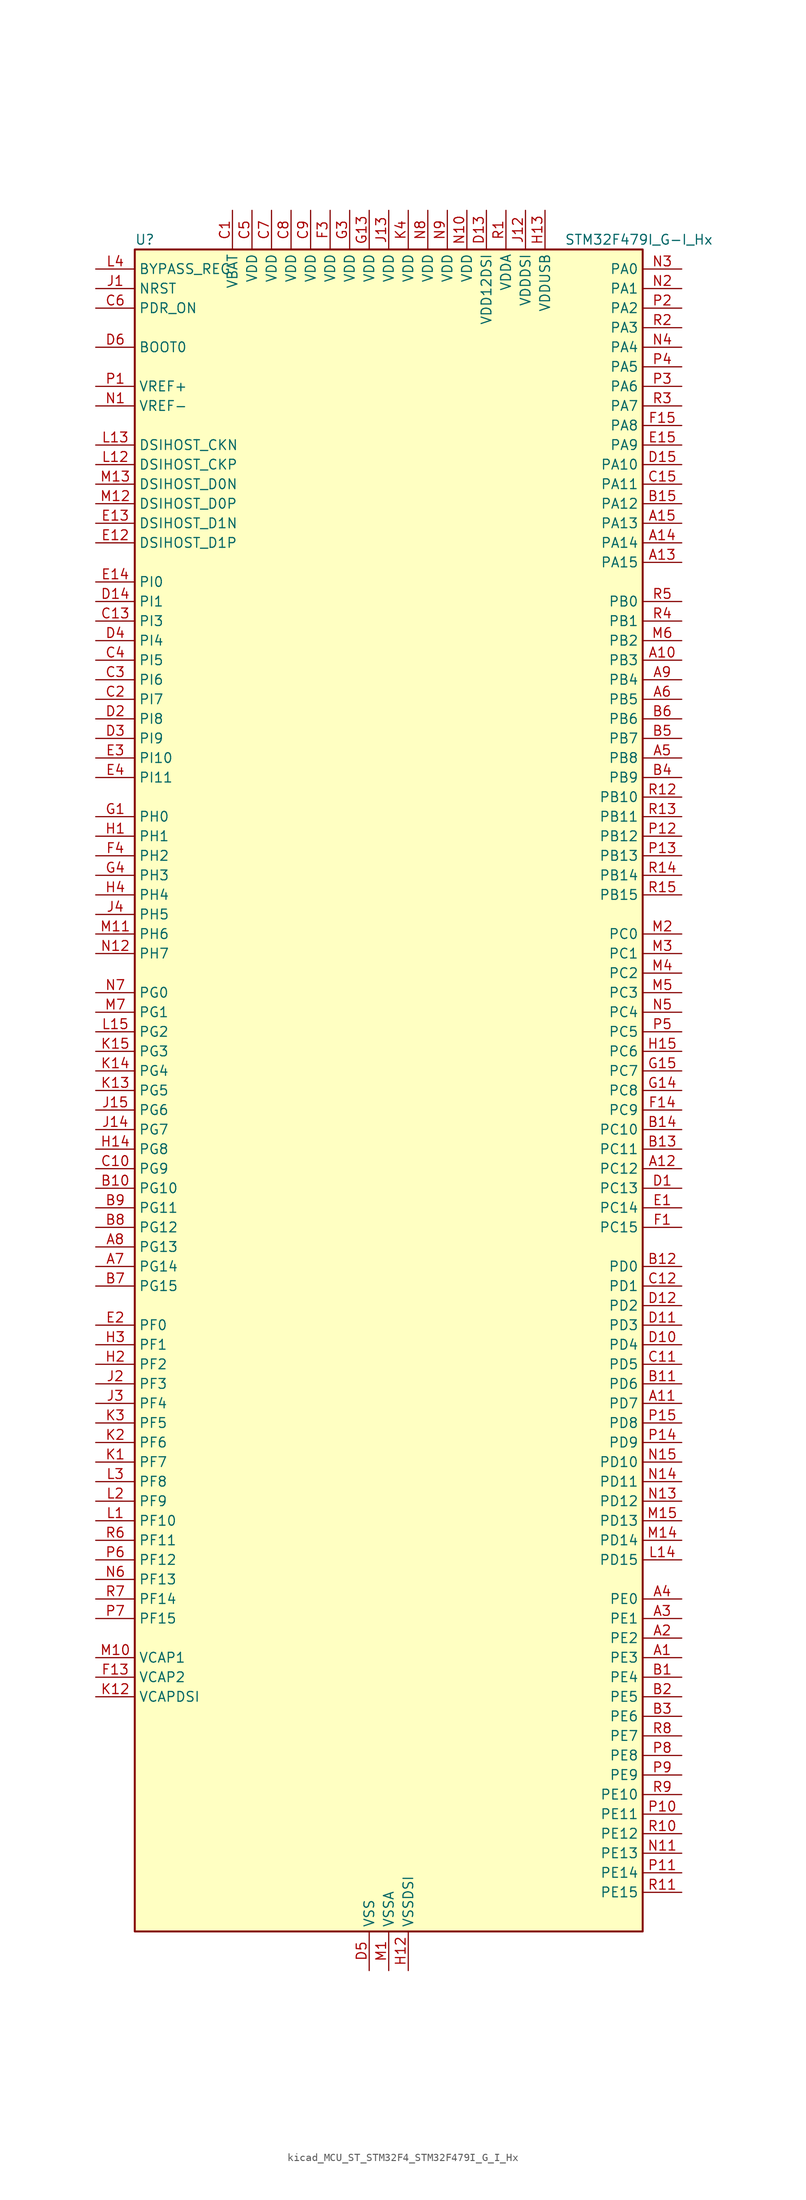
<source format=kicad_sym>
(kicad_symbol_lib
  (version 20220914)
  (generator kicad_symbol_editor)
  (symbol "kicad_MCU_ST_STM32F4_STM32F479I_G_I_Hx"
    (property "Reference" "U"
      (at -33.02 110.49 0)
      (effects (font (size 1.27 1.27)) (justify left)))
    (property "Value" "STM32F479I_G-I_Hx"
      (at 22.86 110.49 0)
      (effects (font (size 1.27 1.27)) (justify left)))
    (property "ki_locked" ""
      (at 0 0 0)
      (effects (font (size 1.27 1.27))))
    (symbol "kicad_MCU_ST_STM32F4_STM32F479I_G_I_Hx_0_1"
      (rectangle (start -33.02 -109.22) (end 33.02 109.22) (stroke (width 0.254) (type default)) (fill (type background))))
    (symbol "kicad_MCU_ST_STM32F4_STM32F479I_G_I_Hx_1_1"
      (pin bidirectional line (at 38.1 -73.66 180) (length 5.08) (name "PE3" (effects (font (size 1.27 1.27)))) (number "A1" (effects (font (size 1.27 1.27)))) (alternate "FMC_A19" bidirectional line) (alternate "SAI1_SD_B" bidirectional line) (alternate "SYS_TRACED0" bidirectional line))
      (pin bidirectional line (at 38.1 55.88 180) (length 5.08) (name "PB3" (effects (font (size 1.27 1.27)))) (number "A10" (effects (font (size 1.27 1.27)))) (alternate "I2S3_CK" bidirectional line) (alternate "SPI1_SCK" bidirectional line) (alternate "SPI3_SCK" bidirectional line) (alternate "SYS_JTDO-SWO" bidirectional line) (alternate "TIM2_CH2" bidirectional line))
      (pin bidirectional line (at 38.1 -40.64 180) (length 5.08) (name "PD7" (effects (font (size 1.27 1.27)))) (number "A11" (effects (font (size 1.27 1.27)))) (alternate "FMC_NE1" bidirectional line) (alternate "USART2_CK" bidirectional line))
      (pin bidirectional line (at 38.1 -10.16 180) (length 5.08) (name "PC12" (effects (font (size 1.27 1.27)))) (number "A12" (effects (font (size 1.27 1.27)))) (alternate "DCMI_D9" bidirectional line) (alternate "I2S3_SD" bidirectional line) (alternate "SDIO_CK" bidirectional line) (alternate "SPI3_MOSI" bidirectional line) (alternate "SYS_TRACED3" bidirectional line) (alternate "UART5_TX" bidirectional line) (alternate "USART3_CK" bidirectional line))
      (pin bidirectional line (at 38.1 68.58 180) (length 5.08) (name "PA15" (effects (font (size 1.27 1.27)))) (number "A13" (effects (font (size 1.27 1.27)))) (alternate "ADC1_EXTI15" bidirectional line) (alternate "ADC2_EXTI15" bidirectional line) (alternate "ADC3_EXTI15" bidirectional line) (alternate "I2S3_WS" bidirectional line) (alternate "SPI1_NSS" bidirectional line) (alternate "SPI3_NSS" bidirectional line) (alternate "SYS_JTDI" bidirectional line) (alternate "TIM2_CH1" bidirectional line) (alternate "TIM2_ETR" bidirectional line))
      (pin bidirectional line (at 38.1 71.12 180) (length 5.08) (name "PA14" (effects (font (size 1.27 1.27)))) (number "A14" (effects (font (size 1.27 1.27)))) (alternate "SYS_JTCK-SWCLK" bidirectional line))
      (pin bidirectional line (at 38.1 73.66 180) (length 5.08) (name "PA13" (effects (font (size 1.27 1.27)))) (number "A15" (effects (font (size 1.27 1.27)))) (alternate "SYS_JTMS-SWDIO" bidirectional line))
      (pin bidirectional line (at 38.1 -71.12 180) (length 5.08) (name "PE2" (effects (font (size 1.27 1.27)))) (number "A2" (effects (font (size 1.27 1.27)))) (alternate "ETH_TXD3" bidirectional line) (alternate "FMC_A23" bidirectional line) (alternate "QUADSPI_BK1_IO2" bidirectional line) (alternate "SAI1_MCLK_A" bidirectional line) (alternate "SPI4_SCK" bidirectional line) (alternate "SYS_TRACECLK" bidirectional line))
      (pin bidirectional line (at 38.1 -68.58 180) (length 5.08) (name "PE1" (effects (font (size 1.27 1.27)))) (number "A3" (effects (font (size 1.27 1.27)))) (alternate "DCMI_D3" bidirectional line) (alternate "FMC_NBL1" bidirectional line) (alternate "UART8_TX" bidirectional line))
      (pin bidirectional line (at 38.1 -66.04 180) (length 5.08) (name "PE0" (effects (font (size 1.27 1.27)))) (number "A4" (effects (font (size 1.27 1.27)))) (alternate "DCMI_D2" bidirectional line) (alternate "FMC_NBL0" bidirectional line) (alternate "TIM4_ETR" bidirectional line) (alternate "UART8_RX" bidirectional line))
      (pin bidirectional line (at 38.1 43.18 180) (length 5.08) (name "PB8" (effects (font (size 1.27 1.27)))) (number "A5" (effects (font (size 1.27 1.27)))) (alternate "CAN1_RX" bidirectional line) (alternate "DCMI_D6" bidirectional line) (alternate "ETH_TXD3" bidirectional line) (alternate "I2C1_SCL" bidirectional line) (alternate "LTDC_B6" bidirectional line) (alternate "SDIO_D4" bidirectional line) (alternate "TIM10_CH1" bidirectional line) (alternate "TIM4_CH3" bidirectional line))
      (pin bidirectional line (at 38.1 50.8 180) (length 5.08) (name "PB5" (effects (font (size 1.27 1.27)))) (number "A6" (effects (font (size 1.27 1.27)))) (alternate "CAN2_RX" bidirectional line) (alternate "DCMI_D10" bidirectional line) (alternate "ETH_PPS_OUT" bidirectional line) (alternate "FMC_SDCKE1" bidirectional line) (alternate "I2C1_SMBA" bidirectional line) (alternate "I2S3_SD" bidirectional line) (alternate "LTDC_G7" bidirectional line) (alternate "SPI1_MOSI" bidirectional line) (alternate "SPI3_MOSI" bidirectional line) (alternate "TIM3_CH2" bidirectional line) (alternate "USB_OTG_HS_ULPI_D7" bidirectional line))
      (pin bidirectional line (at -38.1 -22.86 0) (length 5.08) (name "PG14" (effects (font (size 1.27 1.27)))) (number "A7" (effects (font (size 1.27 1.27)))) (alternate "ETH_TXD1" bidirectional line) (alternate "FMC_A25" bidirectional line) (alternate "LTDC_B0" bidirectional line) (alternate "QUADSPI_BK2_IO3" bidirectional line) (alternate "SPI6_MOSI" bidirectional line) (alternate "SYS_TRACED1" bidirectional line) (alternate "USART6_TX" bidirectional line))
      (pin bidirectional line (at -38.1 -20.32 0) (length 5.08) (name "PG13" (effects (font (size 1.27 1.27)))) (number "A8" (effects (font (size 1.27 1.27)))) (alternate "ETH_TXD0" bidirectional line) (alternate "FMC_A24" bidirectional line) (alternate "LTDC_R0" bidirectional line) (alternate "SPI6_SCK" bidirectional line) (alternate "SYS_TRACED0" bidirectional line) (alternate "USART6_CTS" bidirectional line))
      (pin bidirectional line (at 38.1 53.34 180) (length 5.08) (name "PB4" (effects (font (size 1.27 1.27)))) (number "A9" (effects (font (size 1.27 1.27)))) (alternate "I2S3_ext_SD" bidirectional line) (alternate "SPI1_MISO" bidirectional line) (alternate "SPI3_MISO" bidirectional line) (alternate "SYS_JTRST" bidirectional line) (alternate "TIM3_CH1" bidirectional line))
      (pin bidirectional line (at 38.1 -76.2 180) (length 5.08) (name "PE4" (effects (font (size 1.27 1.27)))) (number "B1" (effects (font (size 1.27 1.27)))) (alternate "DCMI_D4" bidirectional line) (alternate "FMC_A20" bidirectional line) (alternate "LTDC_B0" bidirectional line) (alternate "SAI1_FS_A" bidirectional line) (alternate "SPI4_NSS" bidirectional line) (alternate "SYS_TRACED1" bidirectional line))
      (pin bidirectional line (at -38.1 -12.7 0) (length 5.08) (name "PG10" (effects (font (size 1.27 1.27)))) (number "B10" (effects (font (size 1.27 1.27)))) (alternate "DCMI_D2" bidirectional line) (alternate "FMC_NE3" bidirectional line) (alternate "LTDC_B2" bidirectional line) (alternate "LTDC_G3" bidirectional line))
      (pin bidirectional line (at 38.1 -38.1 180) (length 5.08) (name "PD6" (effects (font (size 1.27 1.27)))) (number "B11" (effects (font (size 1.27 1.27)))) (alternate "DCMI_D10" bidirectional line) (alternate "FMC_NWAIT" bidirectional line) (alternate "I2S3_SD" bidirectional line) (alternate "LTDC_B2" bidirectional line) (alternate "SAI1_SD_A" bidirectional line) (alternate "SPI3_MOSI" bidirectional line) (alternate "USART2_RX" bidirectional line))
      (pin bidirectional line (at 38.1 -22.86 180) (length 5.08) (name "PD0" (effects (font (size 1.27 1.27)))) (number "B12" (effects (font (size 1.27 1.27)))) (alternate "CAN1_RX" bidirectional line) (alternate "FMC_D2" bidirectional line) (alternate "FMC_DA2" bidirectional line))
      (pin bidirectional line (at 38.1 -7.62 180) (length 5.08) (name "PC11" (effects (font (size 1.27 1.27)))) (number "B13" (effects (font (size 1.27 1.27)))) (alternate "ADC1_EXTI11" bidirectional line) (alternate "ADC2_EXTI11" bidirectional line) (alternate "ADC3_EXTI11" bidirectional line) (alternate "DCMI_D4" bidirectional line) (alternate "I2S3_ext_SD" bidirectional line) (alternate "QUADSPI_BK2_NCS" bidirectional line) (alternate "SDIO_D3" bidirectional line) (alternate "SPI3_MISO" bidirectional line) (alternate "UART4_RX" bidirectional line) (alternate "USART3_RX" bidirectional line))
      (pin bidirectional line (at 38.1 -5.08 180) (length 5.08) (name "PC10" (effects (font (size 1.27 1.27)))) (number "B14" (effects (font (size 1.27 1.27)))) (alternate "DCMI_D8" bidirectional line) (alternate "I2S3_CK" bidirectional line) (alternate "LTDC_R2" bidirectional line) (alternate "QUADSPI_BK1_IO1" bidirectional line) (alternate "SDIO_D2" bidirectional line) (alternate "SPI3_SCK" bidirectional line) (alternate "UART4_TX" bidirectional line) (alternate "USART3_TX" bidirectional line))
      (pin bidirectional line (at 38.1 76.2 180) (length 5.08) (name "PA12" (effects (font (size 1.27 1.27)))) (number "B15" (effects (font (size 1.27 1.27)))) (alternate "CAN1_TX" bidirectional line) (alternate "LTDC_R5" bidirectional line) (alternate "TIM1_ETR" bidirectional line) (alternate "USART1_RTS" bidirectional line) (alternate "USB_OTG_FS_DP" bidirectional line))
      (pin bidirectional line (at 38.1 -78.74 180) (length 5.08) (name "PE5" (effects (font (size 1.27 1.27)))) (number "B2" (effects (font (size 1.27 1.27)))) (alternate "DCMI_D6" bidirectional line) (alternate "FMC_A21" bidirectional line) (alternate "LTDC_G0" bidirectional line) (alternate "SAI1_SCK_A" bidirectional line) (alternate "SPI4_MISO" bidirectional line) (alternate "SYS_TRACED2" bidirectional line) (alternate "TIM9_CH1" bidirectional line))
      (pin bidirectional line (at 38.1 -81.28 180) (length 5.08) (name "PE6" (effects (font (size 1.27 1.27)))) (number "B3" (effects (font (size 1.27 1.27)))) (alternate "DCMI_D7" bidirectional line) (alternate "FMC_A22" bidirectional line) (alternate "LTDC_G1" bidirectional line) (alternate "SAI1_SD_A" bidirectional line) (alternate "SPI4_MOSI" bidirectional line) (alternate "SYS_TRACED3" bidirectional line) (alternate "TIM9_CH2" bidirectional line))
      (pin bidirectional line (at 38.1 40.64 180) (length 5.08) (name "PB9" (effects (font (size 1.27 1.27)))) (number "B4" (effects (font (size 1.27 1.27)))) (alternate "CAN1_TX" bidirectional line) (alternate "DAC_EXTI9" bidirectional line) (alternate "DCMI_D7" bidirectional line) (alternate "I2C1_SDA" bidirectional line) (alternate "I2S2_WS" bidirectional line) (alternate "LTDC_B7" bidirectional line) (alternate "SDIO_D5" bidirectional line) (alternate "SPI2_NSS" bidirectional line) (alternate "TIM11_CH1" bidirectional line) (alternate "TIM4_CH4" bidirectional line))
      (pin bidirectional line (at 38.1 45.72 180) (length 5.08) (name "PB7" (effects (font (size 1.27 1.27)))) (number "B5" (effects (font (size 1.27 1.27)))) (alternate "DCMI_VSYNC" bidirectional line) (alternate "FMC_NL" bidirectional line) (alternate "I2C1_SDA" bidirectional line) (alternate "TIM4_CH2" bidirectional line) (alternate "USART1_RX" bidirectional line))
      (pin bidirectional line (at 38.1 48.26 180) (length 5.08) (name "PB6" (effects (font (size 1.27 1.27)))) (number "B6" (effects (font (size 1.27 1.27)))) (alternate "CAN2_TX" bidirectional line) (alternate "DCMI_D5" bidirectional line) (alternate "FMC_SDNE1" bidirectional line) (alternate "I2C1_SCL" bidirectional line) (alternate "QUADSPI_BK1_NCS" bidirectional line) (alternate "TIM4_CH1" bidirectional line) (alternate "USART1_TX" bidirectional line))
      (pin bidirectional line (at -38.1 -25.4 0) (length 5.08) (name "PG15" (effects (font (size 1.27 1.27)))) (number "B7" (effects (font (size 1.27 1.27)))) (alternate "ADC1_EXTI15" bidirectional line) (alternate "ADC2_EXTI15" bidirectional line) (alternate "ADC3_EXTI15" bidirectional line) (alternate "DCMI_D13" bidirectional line) (alternate "FMC_SDNCAS" bidirectional line) (alternate "USART6_CTS" bidirectional line))
      (pin bidirectional line (at -38.1 -17.78 0) (length 5.08) (name "PG12" (effects (font (size 1.27 1.27)))) (number "B8" (effects (font (size 1.27 1.27)))) (alternate "FMC_NE4" bidirectional line) (alternate "LTDC_B1" bidirectional line) (alternate "LTDC_B4" bidirectional line) (alternate "SPI6_MISO" bidirectional line) (alternate "USART6_RTS" bidirectional line))
      (pin bidirectional line (at -38.1 -15.24 0) (length 5.08) (name "PG11" (effects (font (size 1.27 1.27)))) (number "B9" (effects (font (size 1.27 1.27)))) (alternate "ADC1_EXTI11" bidirectional line) (alternate "ADC2_EXTI11" bidirectional line) (alternate "ADC3_EXTI11" bidirectional line) (alternate "DCMI_D3" bidirectional line) (alternate "ETH_TX_EN" bidirectional line) (alternate "LTDC_B3" bidirectional line))
      (pin power_in line (at -20.32 114.3 270) (length 5.08) (name "VBAT" (effects (font (size 1.27 1.27)))) (number "C1" (effects (font (size 1.27 1.27)))))
      (pin bidirectional line (at -38.1 -10.16 0) (length 5.08) (name "PG9" (effects (font (size 1.27 1.27)))) (number "C10" (effects (font (size 1.27 1.27)))) (alternate "DAC_EXTI9" bidirectional line) (alternate "DCMI_VSYNC" bidirectional line) (alternate "FMC_NCE" bidirectional line) (alternate "FMC_NE2" bidirectional line) (alternate "QUADSPI_BK2_IO2" bidirectional line) (alternate "USART6_RX" bidirectional line))
      (pin bidirectional line (at 38.1 -35.56 180) (length 5.08) (name "PD5" (effects (font (size 1.27 1.27)))) (number "C11" (effects (font (size 1.27 1.27)))) (alternate "FMC_NWE" bidirectional line) (alternate "USART2_TX" bidirectional line))
      (pin bidirectional line (at 38.1 -25.4 180) (length 5.08) (name "PD1" (effects (font (size 1.27 1.27)))) (number "C12" (effects (font (size 1.27 1.27)))) (alternate "CAN1_TX" bidirectional line) (alternate "FMC_D3" bidirectional line) (alternate "FMC_DA3" bidirectional line))
      (pin bidirectional line (at -38.1 60.96 0) (length 5.08) (name "PI3" (effects (font (size 1.27 1.27)))) (number "C13" (effects (font (size 1.27 1.27)))) (alternate "DCMI_D10" bidirectional line) (alternate "FMC_D27" bidirectional line) (alternate "I2S2_SD" bidirectional line) (alternate "SPI2_MOSI" bidirectional line) (alternate "TIM8_ETR" bidirectional line))
      (pin no_connect line (at -33.02 -109.22 0) (length 5.08) hide (name "NC" (effects (font (size 1.27 1.27)))) (number "C14" (effects (font (size 1.27 1.27)))))
      (pin bidirectional line (at 38.1 78.74 180) (length 5.08) (name "PA11" (effects (font (size 1.27 1.27)))) (number "C15" (effects (font (size 1.27 1.27)))) (alternate "ADC1_EXTI11" bidirectional line) (alternate "ADC2_EXTI11" bidirectional line) (alternate "ADC3_EXTI11" bidirectional line) (alternate "CAN1_RX" bidirectional line) (alternate "LTDC_R4" bidirectional line) (alternate "TIM1_CH4" bidirectional line) (alternate "USART1_CTS" bidirectional line) (alternate "USB_OTG_FS_DM" bidirectional line))
      (pin bidirectional line (at -38.1 50.8 0) (length 5.08) (name "PI7" (effects (font (size 1.27 1.27)))) (number "C2" (effects (font (size 1.27 1.27)))) (alternate "DCMI_D7" bidirectional line) (alternate "FMC_D29" bidirectional line) (alternate "LTDC_B7" bidirectional line) (alternate "TIM8_CH3" bidirectional line))
      (pin bidirectional line (at -38.1 53.34 0) (length 5.08) (name "PI6" (effects (font (size 1.27 1.27)))) (number "C3" (effects (font (size 1.27 1.27)))) (alternate "DCMI_D6" bidirectional line) (alternate "FMC_D28" bidirectional line) (alternate "LTDC_B6" bidirectional line) (alternate "TIM8_CH2" bidirectional line))
      (pin bidirectional line (at -38.1 55.88 0) (length 5.08) (name "PI5" (effects (font (size 1.27 1.27)))) (number "C4" (effects (font (size 1.27 1.27)))) (alternate "DCMI_VSYNC" bidirectional line) (alternate "FMC_NBL3" bidirectional line) (alternate "LTDC_B5" bidirectional line) (alternate "TIM8_CH1" bidirectional line))
      (pin power_in line (at -17.78 114.3 270) (length 5.08) (name "VDD" (effects (font (size 1.27 1.27)))) (number "C5" (effects (font (size 1.27 1.27)))))
      (pin input line (at -38.1 101.6 0) (length 5.08) (name "PDR_ON" (effects (font (size 1.27 1.27)))) (number "C6" (effects (font (size 1.27 1.27)))))
      (pin power_in line (at -15.24 114.3 270) (length 5.08) (name "VDD" (effects (font (size 1.27 1.27)))) (number "C7" (effects (font (size 1.27 1.27)))))
      (pin power_in line (at -12.7 114.3 270) (length 5.08) (name "VDD" (effects (font (size 1.27 1.27)))) (number "C8" (effects (font (size 1.27 1.27)))))
      (pin power_in line (at -10.16 114.3 270) (length 5.08) (name "VDD" (effects (font (size 1.27 1.27)))) (number "C9" (effects (font (size 1.27 1.27)))))
      (pin bidirectional line (at 38.1 -12.7 180) (length 5.08) (name "PC13" (effects (font (size 1.27 1.27)))) (number "D1" (effects (font (size 1.27 1.27)))) (alternate "RTC_AF1" bidirectional line))
      (pin bidirectional line (at 38.1 -33.02 180) (length 5.08) (name "PD4" (effects (font (size 1.27 1.27)))) (number "D10" (effects (font (size 1.27 1.27)))) (alternate "FMC_NOE" bidirectional line) (alternate "USART2_RTS" bidirectional line))
      (pin bidirectional line (at 38.1 -30.48 180) (length 5.08) (name "PD3" (effects (font (size 1.27 1.27)))) (number "D11" (effects (font (size 1.27 1.27)))) (alternate "DCMI_D5" bidirectional line) (alternate "FMC_CLK" bidirectional line) (alternate "I2S2_CK" bidirectional line) (alternate "LTDC_G7" bidirectional line) (alternate "SPI2_SCK" bidirectional line) (alternate "USART2_CTS" bidirectional line))
      (pin bidirectional line (at 38.1 -27.94 180) (length 5.08) (name "PD2" (effects (font (size 1.27 1.27)))) (number "D12" (effects (font (size 1.27 1.27)))) (alternate "DCMI_D11" bidirectional line) (alternate "SDIO_CMD" bidirectional line) (alternate "SYS_TRACED2" bidirectional line) (alternate "TIM3_ETR" bidirectional line) (alternate "UART5_RX" bidirectional line))
      (pin power_in line (at 12.7 114.3 270) (length 5.08) (name "VDD12DSI" (effects (font (size 1.27 1.27)))) (number "D13" (effects (font (size 1.27 1.27)))))
      (pin bidirectional line (at -38.1 63.5 0) (length 5.08) (name "PI1" (effects (font (size 1.27 1.27)))) (number "D14" (effects (font (size 1.27 1.27)))) (alternate "DCMI_D8" bidirectional line) (alternate "FMC_D25" bidirectional line) (alternate "I2S2_CK" bidirectional line) (alternate "LTDC_G6" bidirectional line) (alternate "SPI2_SCK" bidirectional line))
      (pin bidirectional line (at 38.1 81.28 180) (length 5.08) (name "PA10" (effects (font (size 1.27 1.27)))) (number "D15" (effects (font (size 1.27 1.27)))) (alternate "DCMI_D1" bidirectional line) (alternate "TIM1_CH3" bidirectional line) (alternate "USART1_RX" bidirectional line) (alternate "USB_OTG_FS_ID" bidirectional line))
      (pin bidirectional line (at -38.1 48.26 0) (length 5.08) (name "PI8" (effects (font (size 1.27 1.27)))) (number "D2" (effects (font (size 1.27 1.27)))) (alternate "RTC_AF1" bidirectional line) (alternate "RTC_AF2" bidirectional line))
      (pin bidirectional line (at -38.1 45.72 0) (length 5.08) (name "PI9" (effects (font (size 1.27 1.27)))) (number "D3" (effects (font (size 1.27 1.27)))) (alternate "CAN1_RX" bidirectional line) (alternate "DAC_EXTI9" bidirectional line) (alternate "FMC_D30" bidirectional line) (alternate "LTDC_VSYNC" bidirectional line))
      (pin bidirectional line (at -38.1 58.42 0) (length 5.08) (name "PI4" (effects (font (size 1.27 1.27)))) (number "D4" (effects (font (size 1.27 1.27)))) (alternate "DCMI_D5" bidirectional line) (alternate "FMC_NBL2" bidirectional line) (alternate "LTDC_B4" bidirectional line) (alternate "TIM8_BKIN" bidirectional line))
      (pin power_in line (at -2.54 -114.3 90) (length 5.08) (name "VSS" (effects (font (size 1.27 1.27)))) (number "D5" (effects (font (size 1.27 1.27)))))
      (pin input line (at -38.1 96.52 0) (length 5.08) (name "BOOT0" (effects (font (size 1.27 1.27)))) (number "D6" (effects (font (size 1.27 1.27)))))
      (pin passive line (at -2.54 -114.3 90) (length 5.08) hide (name "VSS" (effects (font (size 1.27 1.27)))) (number "D7" (effects (font (size 1.27 1.27)))))
      (pin passive line (at -2.54 -114.3 90) (length 5.08) hide (name "VSS" (effects (font (size 1.27 1.27)))) (number "D8" (effects (font (size 1.27 1.27)))))
      (pin passive line (at -2.54 -114.3 90) (length 5.08) hide (name "VSS" (effects (font (size 1.27 1.27)))) (number "D9" (effects (font (size 1.27 1.27)))))
      (pin bidirectional line (at 38.1 -15.24 180) (length 5.08) (name "PC14" (effects (font (size 1.27 1.27)))) (number "E1" (effects (font (size 1.27 1.27)))) (alternate "RCC_OSC32_IN" bidirectional line))
      (pin bidirectional line (at -38.1 71.12 0) (length 5.08) (name "DSIHOST_D1P" (effects (font (size 1.27 1.27)))) (number "E12" (effects (font (size 1.27 1.27)))) (alternate "DSIHOST_D1P" bidirectional line))
      (pin bidirectional line (at -38.1 73.66 0) (length 5.08) (name "DSIHOST_D1N" (effects (font (size 1.27 1.27)))) (number "E13" (effects (font (size 1.27 1.27)))) (alternate "DSIHOST_D1N" bidirectional line))
      (pin bidirectional line (at -38.1 66.04 0) (length 5.08) (name "PI0" (effects (font (size 1.27 1.27)))) (number "E14" (effects (font (size 1.27 1.27)))) (alternate "DCMI_D13" bidirectional line) (alternate "FMC_D24" bidirectional line) (alternate "I2S2_WS" bidirectional line) (alternate "LTDC_G5" bidirectional line) (alternate "SPI2_NSS" bidirectional line) (alternate "TIM5_CH4" bidirectional line))
      (pin bidirectional line (at 38.1 83.82 180) (length 5.08) (name "PA9" (effects (font (size 1.27 1.27)))) (number "E15" (effects (font (size 1.27 1.27)))) (alternate "DAC_EXTI9" bidirectional line) (alternate "DCMI_D0" bidirectional line) (alternate "I2C3_SMBA" bidirectional line) (alternate "I2S2_CK" bidirectional line) (alternate "SPI2_SCK" bidirectional line) (alternate "TIM1_CH2" bidirectional line) (alternate "USART1_TX" bidirectional line) (alternate "USB_OTG_FS_VBUS" bidirectional line))
      (pin bidirectional line (at -38.1 -30.48 0) (length 5.08) (name "PF0" (effects (font (size 1.27 1.27)))) (number "E2" (effects (font (size 1.27 1.27)))) (alternate "FMC_A0" bidirectional line) (alternate "I2C2_SDA" bidirectional line))
      (pin bidirectional line (at -38.1 43.18 0) (length 5.08) (name "PI10" (effects (font (size 1.27 1.27)))) (number "E3" (effects (font (size 1.27 1.27)))) (alternate "ETH_RX_ER" bidirectional line) (alternate "FMC_D31" bidirectional line) (alternate "LTDC_HSYNC" bidirectional line))
      (pin bidirectional line (at -38.1 40.64 0) (length 5.08) (name "PI11" (effects (font (size 1.27 1.27)))) (number "E4" (effects (font (size 1.27 1.27)))) (alternate "ADC1_EXTI11" bidirectional line) (alternate "ADC2_EXTI11" bidirectional line) (alternate "ADC3_EXTI11" bidirectional line) (alternate "LTDC_G6" bidirectional line) (alternate "USB_OTG_HS_ULPI_DIR" bidirectional line))
      (pin bidirectional line (at 38.1 -17.78 180) (length 5.08) (name "PC15" (effects (font (size 1.27 1.27)))) (number "F1" (effects (font (size 1.27 1.27)))) (alternate "ADC1_EXTI15" bidirectional line) (alternate "ADC2_EXTI15" bidirectional line) (alternate "ADC3_EXTI15" bidirectional line) (alternate "RCC_OSC32_OUT" bidirectional line))
      (pin passive line (at -2.54 -114.3 90) (length 5.08) hide (name "VSS" (effects (font (size 1.27 1.27)))) (number "F10" (effects (font (size 1.27 1.27)))))
      (pin passive line (at -2.54 -114.3 90) (length 5.08) hide (name "VSS" (effects (font (size 1.27 1.27)))) (number "F12" (effects (font (size 1.27 1.27)))))
      (pin power_out line (at -38.1 -76.2 0) (length 5.08) (name "VCAP2" (effects (font (size 1.27 1.27)))) (number "F13" (effects (font (size 1.27 1.27)))))
      (pin bidirectional line (at 38.1 -2.54 180) (length 5.08) (name "PC9" (effects (font (size 1.27 1.27)))) (number "F14" (effects (font (size 1.27 1.27)))) (alternate "DAC_EXTI9" bidirectional line) (alternate "DCMI_D3" bidirectional line) (alternate "I2C3_SDA" bidirectional line) (alternate "I2S_CKIN" bidirectional line) (alternate "QUADSPI_BK1_IO0" bidirectional line) (alternate "RCC_MCO_2" bidirectional line) (alternate "SDIO_D1" bidirectional line) (alternate "TIM3_CH4" bidirectional line) (alternate "TIM8_CH4" bidirectional line))
      (pin bidirectional line (at 38.1 86.36 180) (length 5.08) (name "PA8" (effects (font (size 1.27 1.27)))) (number "F15" (effects (font (size 1.27 1.27)))) (alternate "I2C3_SCL" bidirectional line) (alternate "LTDC_R6" bidirectional line) (alternate "RCC_MCO_1" bidirectional line) (alternate "TIM1_CH1" bidirectional line) (alternate "USART1_CK" bidirectional line) (alternate "USB_OTG_FS_SOF" bidirectional line))
      (pin passive line (at -2.54 -114.3 90) (length 5.08) hide (name "VSS" (effects (font (size 1.27 1.27)))) (number "F2" (effects (font (size 1.27 1.27)))))
      (pin power_in line (at -7.62 114.3 270) (length 5.08) (name "VDD" (effects (font (size 1.27 1.27)))) (number "F3" (effects (font (size 1.27 1.27)))))
      (pin bidirectional line (at -38.1 30.48 0) (length 5.08) (name "PH2" (effects (font (size 1.27 1.27)))) (number "F4" (effects (font (size 1.27 1.27)))) (alternate "ETH_CRS" bidirectional line) (alternate "FMC_SDCKE0" bidirectional line) (alternate "LTDC_R0" bidirectional line) (alternate "QUADSPI_BK2_IO0" bidirectional line))
      (pin passive line (at -2.54 -114.3 90) (length 5.08) hide (name "VSS" (effects (font (size 1.27 1.27)))) (number "F6" (effects (font (size 1.27 1.27)))))
      (pin passive line (at -2.54 -114.3 90) (length 5.08) hide (name "VSS" (effects (font (size 1.27 1.27)))) (number "F7" (effects (font (size 1.27 1.27)))))
      (pin passive line (at -2.54 -114.3 90) (length 5.08) hide (name "VSS" (effects (font (size 1.27 1.27)))) (number "F8" (effects (font (size 1.27 1.27)))))
      (pin passive line (at -2.54 -114.3 90) (length 5.08) hide (name "VSS" (effects (font (size 1.27 1.27)))) (number "F9" (effects (font (size 1.27 1.27)))))
      (pin bidirectional line (at -38.1 35.56 0) (length 5.08) (name "PH0" (effects (font (size 1.27 1.27)))) (number "G1" (effects (font (size 1.27 1.27)))) (alternate "RCC_OSC_IN" bidirectional line))
      (pin passive line (at -2.54 -114.3 90) (length 5.08) hide (name "VSS" (effects (font (size 1.27 1.27)))) (number "G10" (effects (font (size 1.27 1.27)))))
      (pin passive line (at -2.54 -114.3 90) (length 5.08) hide (name "VSS" (effects (font (size 1.27 1.27)))) (number "G12" (effects (font (size 1.27 1.27)))))
      (pin power_in line (at -2.54 114.3 270) (length 5.08) (name "VDD" (effects (font (size 1.27 1.27)))) (number "G13" (effects (font (size 1.27 1.27)))))
      (pin bidirectional line (at 38.1 0 180) (length 5.08) (name "PC8" (effects (font (size 1.27 1.27)))) (number "G14" (effects (font (size 1.27 1.27)))) (alternate "DCMI_D2" bidirectional line) (alternate "SDIO_D0" bidirectional line) (alternate "SYS_TRACED1" bidirectional line) (alternate "TIM3_CH3" bidirectional line) (alternate "TIM8_CH3" bidirectional line) (alternate "USART6_CK" bidirectional line))
      (pin bidirectional line (at 38.1 2.54 180) (length 5.08) (name "PC7" (effects (font (size 1.27 1.27)))) (number "G15" (effects (font (size 1.27 1.27)))) (alternate "DCMI_D1" bidirectional line) (alternate "I2S3_MCK" bidirectional line) (alternate "LTDC_G6" bidirectional line) (alternate "SDIO_D7" bidirectional line) (alternate "TIM3_CH2" bidirectional line) (alternate "TIM8_CH2" bidirectional line) (alternate "USART6_RX" bidirectional line))
      (pin passive line (at -2.54 -114.3 90) (length 5.08) hide (name "VSS" (effects (font (size 1.27 1.27)))) (number "G2" (effects (font (size 1.27 1.27)))))
      (pin power_in line (at -5.08 114.3 270) (length 5.08) (name "VDD" (effects (font (size 1.27 1.27)))) (number "G3" (effects (font (size 1.27 1.27)))))
      (pin bidirectional line (at -38.1 27.94 0) (length 5.08) (name "PH3" (effects (font (size 1.27 1.27)))) (number "G4" (effects (font (size 1.27 1.27)))) (alternate "ETH_COL" bidirectional line) (alternate "FMC_SDNE0" bidirectional line) (alternate "LTDC_R1" bidirectional line) (alternate "QUADSPI_BK2_IO1" bidirectional line))
      (pin passive line (at -2.54 -114.3 90) (length 5.08) hide (name "VSS" (effects (font (size 1.27 1.27)))) (number "G6" (effects (font (size 1.27 1.27)))))
      (pin passive line (at -2.54 -114.3 90) (length 5.08) hide (name "VSS" (effects (font (size 1.27 1.27)))) (number "G7" (effects (font (size 1.27 1.27)))))
      (pin passive line (at -2.54 -114.3 90) (length 5.08) hide (name "VSS" (effects (font (size 1.27 1.27)))) (number "G8" (effects (font (size 1.27 1.27)))))
      (pin passive line (at -2.54 -114.3 90) (length 5.08) hide (name "VSS" (effects (font (size 1.27 1.27)))) (number "G9" (effects (font (size 1.27 1.27)))))
      (pin bidirectional line (at -38.1 33.02 0) (length 5.08) (name "PH1" (effects (font (size 1.27 1.27)))) (number "H1" (effects (font (size 1.27 1.27)))) (alternate "RCC_OSC_OUT" bidirectional line))
      (pin passive line (at -2.54 -114.3 90) (length 5.08) hide (name "VSS" (effects (font (size 1.27 1.27)))) (number "H10" (effects (font (size 1.27 1.27)))))
      (pin power_in line (at 2.54 -114.3 90) (length 5.08) (name "VSSDSI" (effects (font (size 1.27 1.27)))) (number "H12" (effects (font (size 1.27 1.27)))))
      (pin power_in line (at 20.32 114.3 270) (length 5.08) (name "VDDUSB" (effects (font (size 1.27 1.27)))) (number "H13" (effects (font (size 1.27 1.27)))))
      (pin bidirectional line (at -38.1 -7.62 0) (length 5.08) (name "PG8" (effects (font (size 1.27 1.27)))) (number "H14" (effects (font (size 1.27 1.27)))) (alternate "ETH_PPS_OUT" bidirectional line) (alternate "FMC_SDCLK" bidirectional line) (alternate "LTDC_G7" bidirectional line) (alternate "SPI6_NSS" bidirectional line) (alternate "USART6_RTS" bidirectional line))
      (pin bidirectional line (at 38.1 5.08 180) (length 5.08) (name "PC6" (effects (font (size 1.27 1.27)))) (number "H15" (effects (font (size 1.27 1.27)))) (alternate "DCMI_D0" bidirectional line) (alternate "I2S2_MCK" bidirectional line) (alternate "LTDC_HSYNC" bidirectional line) (alternate "SDIO_D6" bidirectional line) (alternate "TIM3_CH1" bidirectional line) (alternate "TIM8_CH1" bidirectional line) (alternate "USART6_TX" bidirectional line))
      (pin bidirectional line (at -38.1 -35.56 0) (length 5.08) (name "PF2" (effects (font (size 1.27 1.27)))) (number "H2" (effects (font (size 1.27 1.27)))) (alternate "FMC_A2" bidirectional line) (alternate "I2C2_SMBA" bidirectional line))
      (pin bidirectional line (at -38.1 -33.02 0) (length 5.08) (name "PF1" (effects (font (size 1.27 1.27)))) (number "H3" (effects (font (size 1.27 1.27)))) (alternate "FMC_A1" bidirectional line) (alternate "I2C2_SCL" bidirectional line))
      (pin bidirectional line (at -38.1 25.4 0) (length 5.08) (name "PH4" (effects (font (size 1.27 1.27)))) (number "H4" (effects (font (size 1.27 1.27)))) (alternate "I2C2_SCL" bidirectional line) (alternate "LTDC_G4" bidirectional line) (alternate "LTDC_G5" bidirectional line) (alternate "USB_OTG_HS_ULPI_NXT" bidirectional line))
      (pin passive line (at -2.54 -114.3 90) (length 5.08) hide (name "VSS" (effects (font (size 1.27 1.27)))) (number "H6" (effects (font (size 1.27 1.27)))))
      (pin passive line (at -2.54 -114.3 90) (length 5.08) hide (name "VSS" (effects (font (size 1.27 1.27)))) (number "H7" (effects (font (size 1.27 1.27)))))
      (pin passive line (at -2.54 -114.3 90) (length 5.08) hide (name "VSS" (effects (font (size 1.27 1.27)))) (number "H8" (effects (font (size 1.27 1.27)))))
      (pin passive line (at -2.54 -114.3 90) (length 5.08) hide (name "VSS" (effects (font (size 1.27 1.27)))) (number "H9" (effects (font (size 1.27 1.27)))))
      (pin input line (at -38.1 104.14 0) (length 5.08) (name "NRST" (effects (font (size 1.27 1.27)))) (number "J1" (effects (font (size 1.27 1.27)))))
      (pin passive line (at -2.54 -114.3 90) (length 5.08) hide (name "VSS" (effects (font (size 1.27 1.27)))) (number "J10" (effects (font (size 1.27 1.27)))))
      (pin power_in line (at 17.78 114.3 270) (length 5.08) (name "VDDDSI" (effects (font (size 1.27 1.27)))) (number "J12" (effects (font (size 1.27 1.27)))))
      (pin power_in line (at 0 114.3 270) (length 5.08) (name "VDD" (effects (font (size 1.27 1.27)))) (number "J13" (effects (font (size 1.27 1.27)))))
      (pin bidirectional line (at -38.1 -5.08 0) (length 5.08) (name "PG7" (effects (font (size 1.27 1.27)))) (number "J14" (effects (font (size 1.27 1.27)))) (alternate "DCMI_D13" bidirectional line) (alternate "FMC_INT" bidirectional line) (alternate "LTDC_CLK" bidirectional line) (alternate "SAI1_MCLK_A" bidirectional line) (alternate "USART6_CK" bidirectional line))
      (pin bidirectional line (at -38.1 -2.54 0) (length 5.08) (name "PG6" (effects (font (size 1.27 1.27)))) (number "J15" (effects (font (size 1.27 1.27)))) (alternate "DCMI_D12" bidirectional line) (alternate "LTDC_R7" bidirectional line))
      (pin bidirectional line (at -38.1 -38.1 0) (length 5.08) (name "PF3" (effects (font (size 1.27 1.27)))) (number "J2" (effects (font (size 1.27 1.27)))) (alternate "ADC3_IN9" bidirectional line) (alternate "FMC_A3" bidirectional line))
      (pin bidirectional line (at -38.1 -40.64 0) (length 5.08) (name "PF4" (effects (font (size 1.27 1.27)))) (number "J3" (effects (font (size 1.27 1.27)))) (alternate "ADC3_IN14" bidirectional line) (alternate "FMC_A4" bidirectional line))
      (pin bidirectional line (at -38.1 22.86 0) (length 5.08) (name "PH5" (effects (font (size 1.27 1.27)))) (number "J4" (effects (font (size 1.27 1.27)))) (alternate "FMC_SDNWE" bidirectional line) (alternate "I2C2_SDA" bidirectional line) (alternate "SPI5_NSS" bidirectional line))
      (pin passive line (at -2.54 -114.3 90) (length 5.08) hide (name "VSS" (effects (font (size 1.27 1.27)))) (number "J6" (effects (font (size 1.27 1.27)))))
      (pin passive line (at -2.54 -114.3 90) (length 5.08) hide (name "VSS" (effects (font (size 1.27 1.27)))) (number "J7" (effects (font (size 1.27 1.27)))))
      (pin passive line (at -2.54 -114.3 90) (length 5.08) hide (name "VSS" (effects (font (size 1.27 1.27)))) (number "J8" (effects (font (size 1.27 1.27)))))
      (pin passive line (at -2.54 -114.3 90) (length 5.08) hide (name "VSS" (effects (font (size 1.27 1.27)))) (number "J9" (effects (font (size 1.27 1.27)))))
      (pin bidirectional line (at -38.1 -48.26 0) (length 5.08) (name "PF7" (effects (font (size 1.27 1.27)))) (number "K1" (effects (font (size 1.27 1.27)))) (alternate "ADC3_IN5" bidirectional line) (alternate "QUADSPI_BK1_IO2" bidirectional line) (alternate "SAI1_MCLK_B" bidirectional line) (alternate "SPI5_SCK" bidirectional line) (alternate "TIM11_CH1" bidirectional line) (alternate "UART7_TX" bidirectional line))
      (pin passive line (at -2.54 -114.3 90) (length 5.08) hide (name "VSS" (effects (font (size 1.27 1.27)))) (number "K10" (effects (font (size 1.27 1.27)))))
      (pin power_out line (at -38.1 -78.74 0) (length 5.08) (name "VCAPDSI" (effects (font (size 1.27 1.27)))) (number "K12" (effects (font (size 1.27 1.27)))))
      (pin bidirectional line (at -38.1 0 0) (length 5.08) (name "PG5" (effects (font (size 1.27 1.27)))) (number "K13" (effects (font (size 1.27 1.27)))) (alternate "FMC_A15" bidirectional line) (alternate "FMC_BA1" bidirectional line))
      (pin bidirectional line (at -38.1 2.54 0) (length 5.08) (name "PG4" (effects (font (size 1.27 1.27)))) (number "K14" (effects (font (size 1.27 1.27)))) (alternate "FMC_A14" bidirectional line) (alternate "FMC_BA0" bidirectional line))
      (pin bidirectional line (at -38.1 5.08 0) (length 5.08) (name "PG3" (effects (font (size 1.27 1.27)))) (number "K15" (effects (font (size 1.27 1.27)))) (alternate "FMC_A13" bidirectional line))
      (pin bidirectional line (at -38.1 -45.72 0) (length 5.08) (name "PF6" (effects (font (size 1.27 1.27)))) (number "K2" (effects (font (size 1.27 1.27)))) (alternate "ADC3_IN4" bidirectional line) (alternate "QUADSPI_BK1_IO3" bidirectional line) (alternate "SAI1_SD_B" bidirectional line) (alternate "SPI5_NSS" bidirectional line) (alternate "TIM10_CH1" bidirectional line) (alternate "UART7_RX" bidirectional line))
      (pin bidirectional line (at -38.1 -43.18 0) (length 5.08) (name "PF5" (effects (font (size 1.27 1.27)))) (number "K3" (effects (font (size 1.27 1.27)))) (alternate "ADC3_IN15" bidirectional line) (alternate "FMC_A5" bidirectional line))
      (pin power_in line (at 2.54 114.3 270) (length 5.08) (name "VDD" (effects (font (size 1.27 1.27)))) (number "K4" (effects (font (size 1.27 1.27)))))
      (pin passive line (at -2.54 -114.3 90) (length 5.08) hide (name "VSS" (effects (font (size 1.27 1.27)))) (number "K6" (effects (font (size 1.27 1.27)))))
      (pin passive line (at -2.54 -114.3 90) (length 5.08) hide (name "VSS" (effects (font (size 1.27 1.27)))) (number "K7" (effects (font (size 1.27 1.27)))))
      (pin passive line (at -2.54 -114.3 90) (length 5.08) hide (name "VSS" (effects (font (size 1.27 1.27)))) (number "K8" (effects (font (size 1.27 1.27)))))
      (pin passive line (at -2.54 -114.3 90) (length 5.08) hide (name "VSS" (effects (font (size 1.27 1.27)))) (number "K9" (effects (font (size 1.27 1.27)))))
      (pin bidirectional line (at -38.1 -55.88 0) (length 5.08) (name "PF10" (effects (font (size 1.27 1.27)))) (number "L1" (effects (font (size 1.27 1.27)))) (alternate "ADC3_IN8" bidirectional line) (alternate "DCMI_D11" bidirectional line) (alternate "LTDC_DE" bidirectional line) (alternate "QUADSPI_CLK" bidirectional line))
      (pin bidirectional line (at -38.1 81.28 0) (length 5.08) (name "DSIHOST_CKP" (effects (font (size 1.27 1.27)))) (number "L12" (effects (font (size 1.27 1.27)))) (alternate "DSIHOST_CKP" bidirectional line))
      (pin bidirectional line (at -38.1 83.82 0) (length 5.08) (name "DSIHOST_CKN" (effects (font (size 1.27 1.27)))) (number "L13" (effects (font (size 1.27 1.27)))) (alternate "DSIHOST_CKN" bidirectional line))
      (pin bidirectional line (at 38.1 -60.96 180) (length 5.08) (name "PD15" (effects (font (size 1.27 1.27)))) (number "L14" (effects (font (size 1.27 1.27)))) (alternate "ADC1_EXTI15" bidirectional line) (alternate "ADC2_EXTI15" bidirectional line) (alternate "ADC3_EXTI15" bidirectional line) (alternate "FMC_D1" bidirectional line) (alternate "FMC_DA1" bidirectional line) (alternate "TIM4_CH4" bidirectional line))
      (pin bidirectional line (at -38.1 7.62 0) (length 5.08) (name "PG2" (effects (font (size 1.27 1.27)))) (number "L15" (effects (font (size 1.27 1.27)))) (alternate "FMC_A12" bidirectional line))
      (pin bidirectional line (at -38.1 -53.34 0) (length 5.08) (name "PF9" (effects (font (size 1.27 1.27)))) (number "L2" (effects (font (size 1.27 1.27)))) (alternate "ADC3_IN7" bidirectional line) (alternate "DAC_EXTI9" bidirectional line) (alternate "QUADSPI_BK1_IO1" bidirectional line) (alternate "SAI1_FS_B" bidirectional line) (alternate "SPI5_MOSI" bidirectional line) (alternate "TIM14_CH1" bidirectional line))
      (pin bidirectional line (at -38.1 -50.8 0) (length 5.08) (name "PF8" (effects (font (size 1.27 1.27)))) (number "L3" (effects (font (size 1.27 1.27)))) (alternate "ADC3_IN6" bidirectional line) (alternate "QUADSPI_BK1_IO0" bidirectional line) (alternate "SAI1_SCK_B" bidirectional line) (alternate "SPI5_MISO" bidirectional line) (alternate "TIM13_CH1" bidirectional line))
      (pin input line (at -38.1 106.68 0) (length 5.08) (name "BYPASS_REG" (effects (font (size 1.27 1.27)))) (number "L4" (effects (font (size 1.27 1.27)))))
      (pin power_in line (at 0 -114.3 90) (length 5.08) (name "VSSA" (effects (font (size 1.27 1.27)))) (number "M1" (effects (font (size 1.27 1.27)))))
      (pin power_out line (at -38.1 -73.66 0) (length 5.08) (name "VCAP1" (effects (font (size 1.27 1.27)))) (number "M10" (effects (font (size 1.27 1.27)))))
      (pin bidirectional line (at -38.1 20.32 0) (length 5.08) (name "PH6" (effects (font (size 1.27 1.27)))) (number "M11" (effects (font (size 1.27 1.27)))) (alternate "DCMI_D8" bidirectional line) (alternate "ETH_RXD2" bidirectional line) (alternate "FMC_SDNE1" bidirectional line) (alternate "I2C2_SMBA" bidirectional line) (alternate "SPI5_SCK" bidirectional line) (alternate "TIM12_CH1" bidirectional line))
      (pin bidirectional line (at -38.1 76.2 0) (length 5.08) (name "DSIHOST_D0P" (effects (font (size 1.27 1.27)))) (number "M12" (effects (font (size 1.27 1.27)))) (alternate "DSIHOST_D0P" bidirectional line))
      (pin bidirectional line (at -38.1 78.74 0) (length 5.08) (name "DSIHOST_D0N" (effects (font (size 1.27 1.27)))) (number "M13" (effects (font (size 1.27 1.27)))) (alternate "DSIHOST_D0N" bidirectional line))
      (pin bidirectional line (at 38.1 -58.42 180) (length 5.08) (name "PD14" (effects (font (size 1.27 1.27)))) (number "M14" (effects (font (size 1.27 1.27)))) (alternate "FMC_D0" bidirectional line) (alternate "FMC_DA0" bidirectional line) (alternate "TIM4_CH3" bidirectional line))
      (pin bidirectional line (at 38.1 -55.88 180) (length 5.08) (name "PD13" (effects (font (size 1.27 1.27)))) (number "M15" (effects (font (size 1.27 1.27)))) (alternate "FMC_A18" bidirectional line) (alternate "QUADSPI_BK1_IO3" bidirectional line) (alternate "TIM4_CH2" bidirectional line))
      (pin bidirectional line (at 38.1 20.32 180) (length 5.08) (name "PC0" (effects (font (size 1.27 1.27)))) (number "M2" (effects (font (size 1.27 1.27)))) (alternate "ADC1_IN10" bidirectional line) (alternate "ADC2_IN10" bidirectional line) (alternate "ADC3_IN10" bidirectional line) (alternate "FMC_SDNWE" bidirectional line) (alternate "LTDC_R5" bidirectional line) (alternate "USB_OTG_HS_ULPI_STP" bidirectional line))
      (pin bidirectional line (at 38.1 17.78 180) (length 5.08) (name "PC1" (effects (font (size 1.27 1.27)))) (number "M3" (effects (font (size 1.27 1.27)))) (alternate "ADC1_IN11" bidirectional line) (alternate "ADC2_IN11" bidirectional line) (alternate "ADC3_IN11" bidirectional line) (alternate "ETH_MDC" bidirectional line) (alternate "I2S2_SD" bidirectional line) (alternate "SAI1_SD_A" bidirectional line) (alternate "SPI2_MOSI" bidirectional line) (alternate "SYS_TRACED0" bidirectional line))
      (pin bidirectional line (at 38.1 15.24 180) (length 5.08) (name "PC2" (effects (font (size 1.27 1.27)))) (number "M4" (effects (font (size 1.27 1.27)))) (alternate "ADC1_IN12" bidirectional line) (alternate "ADC2_IN12" bidirectional line) (alternate "ADC3_IN12" bidirectional line) (alternate "ETH_TXD2" bidirectional line) (alternate "FMC_SDNE0" bidirectional line) (alternate "I2S2_ext_SD" bidirectional line) (alternate "SPI2_MISO" bidirectional line) (alternate "USB_OTG_HS_ULPI_DIR" bidirectional line))
      (pin bidirectional line (at 38.1 12.7 180) (length 5.08) (name "PC3" (effects (font (size 1.27 1.27)))) (number "M5" (effects (font (size 1.27 1.27)))) (alternate "ADC1_IN13" bidirectional line) (alternate "ADC2_IN13" bidirectional line) (alternate "ADC3_IN13" bidirectional line) (alternate "ETH_TX_CLK" bidirectional line) (alternate "FMC_SDCKE0" bidirectional line) (alternate "I2S2_SD" bidirectional line) (alternate "SPI2_MOSI" bidirectional line) (alternate "USB_OTG_HS_ULPI_NXT" bidirectional line))
      (pin bidirectional line (at 38.1 58.42 180) (length 5.08) (name "PB2" (effects (font (size 1.27 1.27)))) (number "M6" (effects (font (size 1.27 1.27)))))
      (pin bidirectional line (at -38.1 10.16 0) (length 5.08) (name "PG1" (effects (font (size 1.27 1.27)))) (number "M7" (effects (font (size 1.27 1.27)))) (alternate "FMC_A11" bidirectional line))
      (pin passive line (at -2.54 -114.3 90) (length 5.08) hide (name "VSS" (effects (font (size 1.27 1.27)))) (number "M8" (effects (font (size 1.27 1.27)))))
      (pin passive line (at -2.54 -114.3 90) (length 5.08) hide (name "VSS" (effects (font (size 1.27 1.27)))) (number "M9" (effects (font (size 1.27 1.27)))))
      (pin input line (at -38.1 88.9 0) (length 5.08) (name "VREF-" (effects (font (size 1.27 1.27)))) (number "N1" (effects (font (size 1.27 1.27)))))
      (pin power_in line (at 10.16 114.3 270) (length 5.08) (name "VDD" (effects (font (size 1.27 1.27)))) (number "N10" (effects (font (size 1.27 1.27)))))
      (pin bidirectional line (at 38.1 -99.06 180) (length 5.08) (name "PE13" (effects (font (size 1.27 1.27)))) (number "N11" (effects (font (size 1.27 1.27)))) (alternate "FMC_D10" bidirectional line) (alternate "FMC_DA10" bidirectional line) (alternate "LTDC_DE" bidirectional line) (alternate "SPI4_MISO" bidirectional line) (alternate "TIM1_CH3" bidirectional line))
      (pin bidirectional line (at -38.1 17.78 0) (length 5.08) (name "PH7" (effects (font (size 1.27 1.27)))) (number "N12" (effects (font (size 1.27 1.27)))) (alternate "DCMI_D9" bidirectional line) (alternate "ETH_RXD3" bidirectional line) (alternate "FMC_SDCKE1" bidirectional line) (alternate "I2C3_SCL" bidirectional line) (alternate "SPI5_MISO" bidirectional line))
      (pin bidirectional line (at 38.1 -53.34 180) (length 5.08) (name "PD12" (effects (font (size 1.27 1.27)))) (number "N13" (effects (font (size 1.27 1.27)))) (alternate "FMC_A17" bidirectional line) (alternate "FMC_ALE" bidirectional line) (alternate "QUADSPI_BK1_IO1" bidirectional line) (alternate "TIM4_CH1" bidirectional line) (alternate "USART3_RTS" bidirectional line))
      (pin bidirectional line (at 38.1 -50.8 180) (length 5.08) (name "PD11" (effects (font (size 1.27 1.27)))) (number "N14" (effects (font (size 1.27 1.27)))) (alternate "ADC1_EXTI11" bidirectional line) (alternate "ADC2_EXTI11" bidirectional line) (alternate "ADC3_EXTI11" bidirectional line) (alternate "FMC_A16" bidirectional line) (alternate "FMC_CLE" bidirectional line) (alternate "QUADSPI_BK1_IO0" bidirectional line) (alternate "USART3_CTS" bidirectional line))
      (pin bidirectional line (at 38.1 -48.26 180) (length 5.08) (name "PD10" (effects (font (size 1.27 1.27)))) (number "N15" (effects (font (size 1.27 1.27)))) (alternate "FMC_D15" bidirectional line) (alternate "FMC_DA15" bidirectional line) (alternate "LTDC_B3" bidirectional line) (alternate "USART3_CK" bidirectional line))
      (pin bidirectional line (at 38.1 104.14 180) (length 5.08) (name "PA1" (effects (font (size 1.27 1.27)))) (number "N2" (effects (font (size 1.27 1.27)))) (alternate "ADC1_IN1" bidirectional line) (alternate "ADC2_IN1" bidirectional line) (alternate "ADC3_IN1" bidirectional line) (alternate "ETH_REF_CLK" bidirectional line) (alternate "ETH_RX_CLK" bidirectional line) (alternate "LTDC_R2" bidirectional line) (alternate "QUADSPI_BK1_IO3" bidirectional line) (alternate "TIM2_CH2" bidirectional line) (alternate "TIM5_CH2" bidirectional line) (alternate "UART4_RX" bidirectional line) (alternate "USART2_RTS" bidirectional line))
      (pin bidirectional line (at 38.1 106.68 180) (length 5.08) (name "PA0" (effects (font (size 1.27 1.27)))) (number "N3" (effects (font (size 1.27 1.27)))) (alternate "ADC1_IN0" bidirectional line) (alternate "ADC2_IN0" bidirectional line) (alternate "ADC3_IN0" bidirectional line) (alternate "ETH_CRS" bidirectional line) (alternate "SYS_WKUP" bidirectional line) (alternate "TIM2_CH1" bidirectional line) (alternate "TIM2_ETR" bidirectional line) (alternate "TIM5_CH1" bidirectional line) (alternate "TIM8_ETR" bidirectional line) (alternate "UART4_TX" bidirectional line) (alternate "USART2_CTS" bidirectional line))
      (pin bidirectional line (at 38.1 96.52 180) (length 5.08) (name "PA4" (effects (font (size 1.27 1.27)))) (number "N4" (effects (font (size 1.27 1.27)))) (alternate "ADC1_IN4" bidirectional line) (alternate "ADC2_IN4" bidirectional line) (alternate "DAC_OUT1" bidirectional line) (alternate "DCMI_HSYNC" bidirectional line) (alternate "I2S3_WS" bidirectional line) (alternate "LTDC_VSYNC" bidirectional line) (alternate "SPI1_NSS" bidirectional line) (alternate "SPI3_NSS" bidirectional line) (alternate "USART2_CK" bidirectional line) (alternate "USB_OTG_HS_SOF" bidirectional line))
      (pin bidirectional line (at 38.1 10.16 180) (length 5.08) (name "PC4" (effects (font (size 1.27 1.27)))) (number "N5" (effects (font (size 1.27 1.27)))) (alternate "ADC1_IN14" bidirectional line) (alternate "ADC2_IN14" bidirectional line) (alternate "ETH_RXD0" bidirectional line) (alternate "FMC_SDNE0" bidirectional line))
      (pin bidirectional line (at -38.1 -63.5 0) (length 5.08) (name "PF13" (effects (font (size 1.27 1.27)))) (number "N6" (effects (font (size 1.27 1.27)))) (alternate "FMC_A7" bidirectional line))
      (pin bidirectional line (at -38.1 12.7 0) (length 5.08) (name "PG0" (effects (font (size 1.27 1.27)))) (number "N7" (effects (font (size 1.27 1.27)))) (alternate "FMC_A10" bidirectional line))
      (pin power_in line (at 5.08 114.3 270) (length 5.08) (name "VDD" (effects (font (size 1.27 1.27)))) (number "N8" (effects (font (size 1.27 1.27)))))
      (pin power_in line (at 7.62 114.3 270) (length 5.08) (name "VDD" (effects (font (size 1.27 1.27)))) (number "N9" (effects (font (size 1.27 1.27)))))
      (pin input line (at -38.1 91.44 0) (length 5.08) (name "VREF+" (effects (font (size 1.27 1.27)))) (number "P1" (effects (font (size 1.27 1.27)))))
      (pin bidirectional line (at 38.1 -93.98 180) (length 5.08) (name "PE11" (effects (font (size 1.27 1.27)))) (number "P10" (effects (font (size 1.27 1.27)))) (alternate "ADC1_EXTI11" bidirectional line) (alternate "ADC2_EXTI11" bidirectional line) (alternate "ADC3_EXTI11" bidirectional line) (alternate "FMC_D8" bidirectional line) (alternate "FMC_DA8" bidirectional line) (alternate "LTDC_G3" bidirectional line) (alternate "SPI4_NSS" bidirectional line) (alternate "TIM1_CH2" bidirectional line))
      (pin bidirectional line (at 38.1 -101.6 180) (length 5.08) (name "PE14" (effects (font (size 1.27 1.27)))) (number "P11" (effects (font (size 1.27 1.27)))) (alternate "FMC_D11" bidirectional line) (alternate "FMC_DA11" bidirectional line) (alternate "LTDC_CLK" bidirectional line) (alternate "SPI4_MOSI" bidirectional line) (alternate "TIM1_CH4" bidirectional line))
      (pin bidirectional line (at 38.1 33.02 180) (length 5.08) (name "PB12" (effects (font (size 1.27 1.27)))) (number "P12" (effects (font (size 1.27 1.27)))) (alternate "CAN2_RX" bidirectional line) (alternate "ETH_TXD0" bidirectional line) (alternate "I2C2_SMBA" bidirectional line) (alternate "I2S2_WS" bidirectional line) (alternate "SPI2_NSS" bidirectional line) (alternate "TIM1_BKIN" bidirectional line) (alternate "USART3_CK" bidirectional line) (alternate "USB_OTG_HS_ID" bidirectional line) (alternate "USB_OTG_HS_ULPI_D5" bidirectional line))
      (pin bidirectional line (at 38.1 30.48 180) (length 5.08) (name "PB13" (effects (font (size 1.27 1.27)))) (number "P13" (effects (font (size 1.27 1.27)))) (alternate "CAN2_TX" bidirectional line) (alternate "ETH_TXD1" bidirectional line) (alternate "I2S2_CK" bidirectional line) (alternate "SPI2_SCK" bidirectional line) (alternate "TIM1_CH1N" bidirectional line) (alternate "USART3_CTS" bidirectional line) (alternate "USB_OTG_HS_ULPI_D6" bidirectional line) (alternate "USB_OTG_HS_VBUS" bidirectional line))
      (pin bidirectional line (at 38.1 -45.72 180) (length 5.08) (name "PD9" (effects (font (size 1.27 1.27)))) (number "P14" (effects (font (size 1.27 1.27)))) (alternate "DAC_EXTI9" bidirectional line) (alternate "FMC_D14" bidirectional line) (alternate "FMC_DA14" bidirectional line) (alternate "USART3_RX" bidirectional line))
      (pin bidirectional line (at 38.1 -43.18 180) (length 5.08) (name "PD8" (effects (font (size 1.27 1.27)))) (number "P15" (effects (font (size 1.27 1.27)))) (alternate "FMC_D13" bidirectional line) (alternate "FMC_DA13" bidirectional line) (alternate "USART3_TX" bidirectional line))
      (pin bidirectional line (at 38.1 101.6 180) (length 5.08) (name "PA2" (effects (font (size 1.27 1.27)))) (number "P2" (effects (font (size 1.27 1.27)))) (alternate "ADC1_IN2" bidirectional line) (alternate "ADC2_IN2" bidirectional line) (alternate "ADC3_IN2" bidirectional line) (alternate "ETH_MDIO" bidirectional line) (alternate "LTDC_R1" bidirectional line) (alternate "TIM2_CH3" bidirectional line) (alternate "TIM5_CH3" bidirectional line) (alternate "TIM9_CH1" bidirectional line) (alternate "USART2_TX" bidirectional line))
      (pin bidirectional line (at 38.1 91.44 180) (length 5.08) (name "PA6" (effects (font (size 1.27 1.27)))) (number "P3" (effects (font (size 1.27 1.27)))) (alternate "ADC1_IN6" bidirectional line) (alternate "ADC2_IN6" bidirectional line) (alternate "DCMI_PIXCLK" bidirectional line) (alternate "LTDC_G2" bidirectional line) (alternate "SPI1_MISO" bidirectional line) (alternate "TIM13_CH1" bidirectional line) (alternate "TIM1_BKIN" bidirectional line) (alternate "TIM3_CH1" bidirectional line) (alternate "TIM8_BKIN" bidirectional line))
      (pin bidirectional line (at 38.1 93.98 180) (length 5.08) (name "PA5" (effects (font (size 1.27 1.27)))) (number "P4" (effects (font (size 1.27 1.27)))) (alternate "ADC1_IN5" bidirectional line) (alternate "ADC2_IN5" bidirectional line) (alternate "DAC_OUT2" bidirectional line) (alternate "LTDC_R4" bidirectional line) (alternate "SPI1_SCK" bidirectional line) (alternate "TIM2_CH1" bidirectional line) (alternate "TIM2_ETR" bidirectional line) (alternate "TIM8_CH1N" bidirectional line) (alternate "USB_OTG_HS_ULPI_CK" bidirectional line))
      (pin bidirectional line (at 38.1 7.62 180) (length 5.08) (name "PC5" (effects (font (size 1.27 1.27)))) (number "P5" (effects (font (size 1.27 1.27)))) (alternate "ADC1_IN15" bidirectional line) (alternate "ADC2_IN15" bidirectional line) (alternate "ETH_RXD1" bidirectional line) (alternate "FMC_SDCKE0" bidirectional line))
      (pin bidirectional line (at -38.1 -60.96 0) (length 5.08) (name "PF12" (effects (font (size 1.27 1.27)))) (number "P6" (effects (font (size 1.27 1.27)))) (alternate "FMC_A6" bidirectional line))
      (pin bidirectional line (at -38.1 -68.58 0) (length 5.08) (name "PF15" (effects (font (size 1.27 1.27)))) (number "P7" (effects (font (size 1.27 1.27)))) (alternate "ADC1_EXTI15" bidirectional line) (alternate "ADC2_EXTI15" bidirectional line) (alternate "ADC3_EXTI15" bidirectional line) (alternate "FMC_A9" bidirectional line))
      (pin bidirectional line (at 38.1 -86.36 180) (length 5.08) (name "PE8" (effects (font (size 1.27 1.27)))) (number "P8" (effects (font (size 1.27 1.27)))) (alternate "FMC_D5" bidirectional line) (alternate "FMC_DA5" bidirectional line) (alternate "QUADSPI_BK2_IO1" bidirectional line) (alternate "TIM1_CH1N" bidirectional line) (alternate "UART7_TX" bidirectional line))
      (pin bidirectional line (at 38.1 -88.9 180) (length 5.08) (name "PE9" (effects (font (size 1.27 1.27)))) (number "P9" (effects (font (size 1.27 1.27)))) (alternate "DAC_EXTI9" bidirectional line) (alternate "FMC_D6" bidirectional line) (alternate "FMC_DA6" bidirectional line) (alternate "QUADSPI_BK2_IO2" bidirectional line) (alternate "TIM1_CH1" bidirectional line))
      (pin power_in line (at 15.24 114.3 270) (length 5.08) (name "VDDA" (effects (font (size 1.27 1.27)))) (number "R1" (effects (font (size 1.27 1.27)))))
      (pin bidirectional line (at 38.1 -96.52 180) (length 5.08) (name "PE12" (effects (font (size 1.27 1.27)))) (number "R10" (effects (font (size 1.27 1.27)))) (alternate "FMC_D9" bidirectional line) (alternate "FMC_DA9" bidirectional line) (alternate "LTDC_B4" bidirectional line) (alternate "SPI4_SCK" bidirectional line) (alternate "TIM1_CH3N" bidirectional line))
      (pin bidirectional line (at 38.1 -104.14 180) (length 5.08) (name "PE15" (effects (font (size 1.27 1.27)))) (number "R11" (effects (font (size 1.27 1.27)))) (alternate "ADC1_EXTI15" bidirectional line) (alternate "ADC2_EXTI15" bidirectional line) (alternate "ADC3_EXTI15" bidirectional line) (alternate "FMC_D12" bidirectional line) (alternate "FMC_DA12" bidirectional line) (alternate "LTDC_R7" bidirectional line) (alternate "TIM1_BKIN" bidirectional line))
      (pin bidirectional line (at 38.1 38.1 180) (length 5.08) (name "PB10" (effects (font (size 1.27 1.27)))) (number "R12" (effects (font (size 1.27 1.27)))) (alternate "ETH_RX_ER" bidirectional line) (alternate "I2C2_SCL" bidirectional line) (alternate "I2S2_CK" bidirectional line) (alternate "LTDC_G4" bidirectional line) (alternate "QUADSPI_BK1_NCS" bidirectional line) (alternate "SPI2_SCK" bidirectional line) (alternate "TIM2_CH3" bidirectional line) (alternate "USART3_TX" bidirectional line) (alternate "USB_OTG_HS_ULPI_D3" bidirectional line))
      (pin bidirectional line (at 38.1 35.56 180) (length 5.08) (name "PB11" (effects (font (size 1.27 1.27)))) (number "R13" (effects (font (size 1.27 1.27)))) (alternate "ADC1_EXTI11" bidirectional line) (alternate "ADC2_EXTI11" bidirectional line) (alternate "ADC3_EXTI11" bidirectional line) (alternate "DSIHOST_TE" bidirectional line) (alternate "ETH_TX_EN" bidirectional line) (alternate "I2C2_SDA" bidirectional line) (alternate "LTDC_G5" bidirectional line) (alternate "TIM2_CH4" bidirectional line) (alternate "USART3_RX" bidirectional line) (alternate "USB_OTG_HS_ULPI_D4" bidirectional line))
      (pin bidirectional line (at 38.1 27.94 180) (length 5.08) (name "PB14" (effects (font (size 1.27 1.27)))) (number "R14" (effects (font (size 1.27 1.27)))) (alternate "I2S2_ext_SD" bidirectional line) (alternate "SPI2_MISO" bidirectional line) (alternate "TIM12_CH1" bidirectional line) (alternate "TIM1_CH2N" bidirectional line) (alternate "TIM8_CH2N" bidirectional line) (alternate "USART3_RTS" bidirectional line) (alternate "USB_OTG_HS_DM" bidirectional line))
      (pin bidirectional line (at 38.1 25.4 180) (length 5.08) (name "PB15" (effects (font (size 1.27 1.27)))) (number "R15" (effects (font (size 1.27 1.27)))) (alternate "ADC1_EXTI15" bidirectional line) (alternate "ADC2_EXTI15" bidirectional line) (alternate "ADC3_EXTI15" bidirectional line) (alternate "I2S2_SD" bidirectional line) (alternate "RTC_REFIN" bidirectional line) (alternate "SPI2_MOSI" bidirectional line) (alternate "TIM12_CH2" bidirectional line) (alternate "TIM1_CH3N" bidirectional line) (alternate "TIM8_CH3N" bidirectional line) (alternate "USB_OTG_HS_DP" bidirectional line))
      (pin bidirectional line (at 38.1 99.06 180) (length 5.08) (name "PA3" (effects (font (size 1.27 1.27)))) (number "R2" (effects (font (size 1.27 1.27)))) (alternate "ADC1_IN3" bidirectional line) (alternate "ADC2_IN3" bidirectional line) (alternate "ADC3_IN3" bidirectional line) (alternate "ETH_COL" bidirectional line) (alternate "LTDC_B2" bidirectional line) (alternate "LTDC_B5" bidirectional line) (alternate "TIM2_CH4" bidirectional line) (alternate "TIM5_CH4" bidirectional line) (alternate "TIM9_CH2" bidirectional line) (alternate "USART2_RX" bidirectional line) (alternate "USB_OTG_HS_ULPI_D0" bidirectional line))
      (pin bidirectional line (at 38.1 88.9 180) (length 5.08) (name "PA7" (effects (font (size 1.27 1.27)))) (number "R3" (effects (font (size 1.27 1.27)))) (alternate "ADC1_IN7" bidirectional line) (alternate "ADC2_IN7" bidirectional line) (alternate "ETH_CRS_DV" bidirectional line) (alternate "ETH_RX_DV" bidirectional line) (alternate "FMC_SDNWE" bidirectional line) (alternate "QUADSPI_CLK" bidirectional line) (alternate "SPI1_MOSI" bidirectional line) (alternate "TIM14_CH1" bidirectional line) (alternate "TIM1_CH1N" bidirectional line) (alternate "TIM3_CH2" bidirectional line) (alternate "TIM8_CH1N" bidirectional line))
      (pin bidirectional line (at 38.1 60.96 180) (length 5.08) (name "PB1" (effects (font (size 1.27 1.27)))) (number "R4" (effects (font (size 1.27 1.27)))) (alternate "ADC1_IN9" bidirectional line) (alternate "ADC2_IN9" bidirectional line) (alternate "ETH_RXD3" bidirectional line) (alternate "LTDC_G0" bidirectional line) (alternate "LTDC_R6" bidirectional line) (alternate "TIM1_CH3N" bidirectional line) (alternate "TIM3_CH4" bidirectional line) (alternate "TIM8_CH3N" bidirectional line) (alternate "USB_OTG_HS_ULPI_D2" bidirectional line))
      (pin bidirectional line (at 38.1 63.5 180) (length 5.08) (name "PB0" (effects (font (size 1.27 1.27)))) (number "R5" (effects (font (size 1.27 1.27)))) (alternate "ADC1_IN8" bidirectional line) (alternate "ADC2_IN8" bidirectional line) (alternate "ETH_RXD2" bidirectional line) (alternate "LTDC_G1" bidirectional line) (alternate "LTDC_R3" bidirectional line) (alternate "TIM1_CH2N" bidirectional line) (alternate "TIM3_CH3" bidirectional line) (alternate "TIM8_CH2N" bidirectional line) (alternate "USB_OTG_HS_ULPI_D1" bidirectional line))
      (pin bidirectional line (at -38.1 -58.42 0) (length 5.08) (name "PF11" (effects (font (size 1.27 1.27)))) (number "R6" (effects (font (size 1.27 1.27)))) (alternate "ADC1_EXTI11" bidirectional line) (alternate "ADC2_EXTI11" bidirectional line) (alternate "ADC3_EXTI11" bidirectional line) (alternate "DCMI_D12" bidirectional line) (alternate "FMC_SDNRAS" bidirectional line) (alternate "SPI5_MOSI" bidirectional line))
      (pin bidirectional line (at -38.1 -66.04 0) (length 5.08) (name "PF14" (effects (font (size 1.27 1.27)))) (number "R7" (effects (font (size 1.27 1.27)))) (alternate "FMC_A8" bidirectional line))
      (pin bidirectional line (at 38.1 -83.82 180) (length 5.08) (name "PE7" (effects (font (size 1.27 1.27)))) (number "R8" (effects (font (size 1.27 1.27)))) (alternate "FMC_D4" bidirectional line) (alternate "FMC_DA4" bidirectional line) (alternate "QUADSPI_BK2_IO0" bidirectional line) (alternate "TIM1_ETR" bidirectional line) (alternate "UART7_RX" bidirectional line))
      (pin bidirectional line (at 38.1 -91.44 180) (length 5.08) (name "PE10" (effects (font (size 1.27 1.27)))) (number "R9" (effects (font (size 1.27 1.27)))) (alternate "FMC_D7" bidirectional line) (alternate "FMC_DA7" bidirectional line) (alternate "QUADSPI_BK2_IO3" bidirectional line) (alternate "TIM1_CH2N" bidirectional line)))))
</source>
